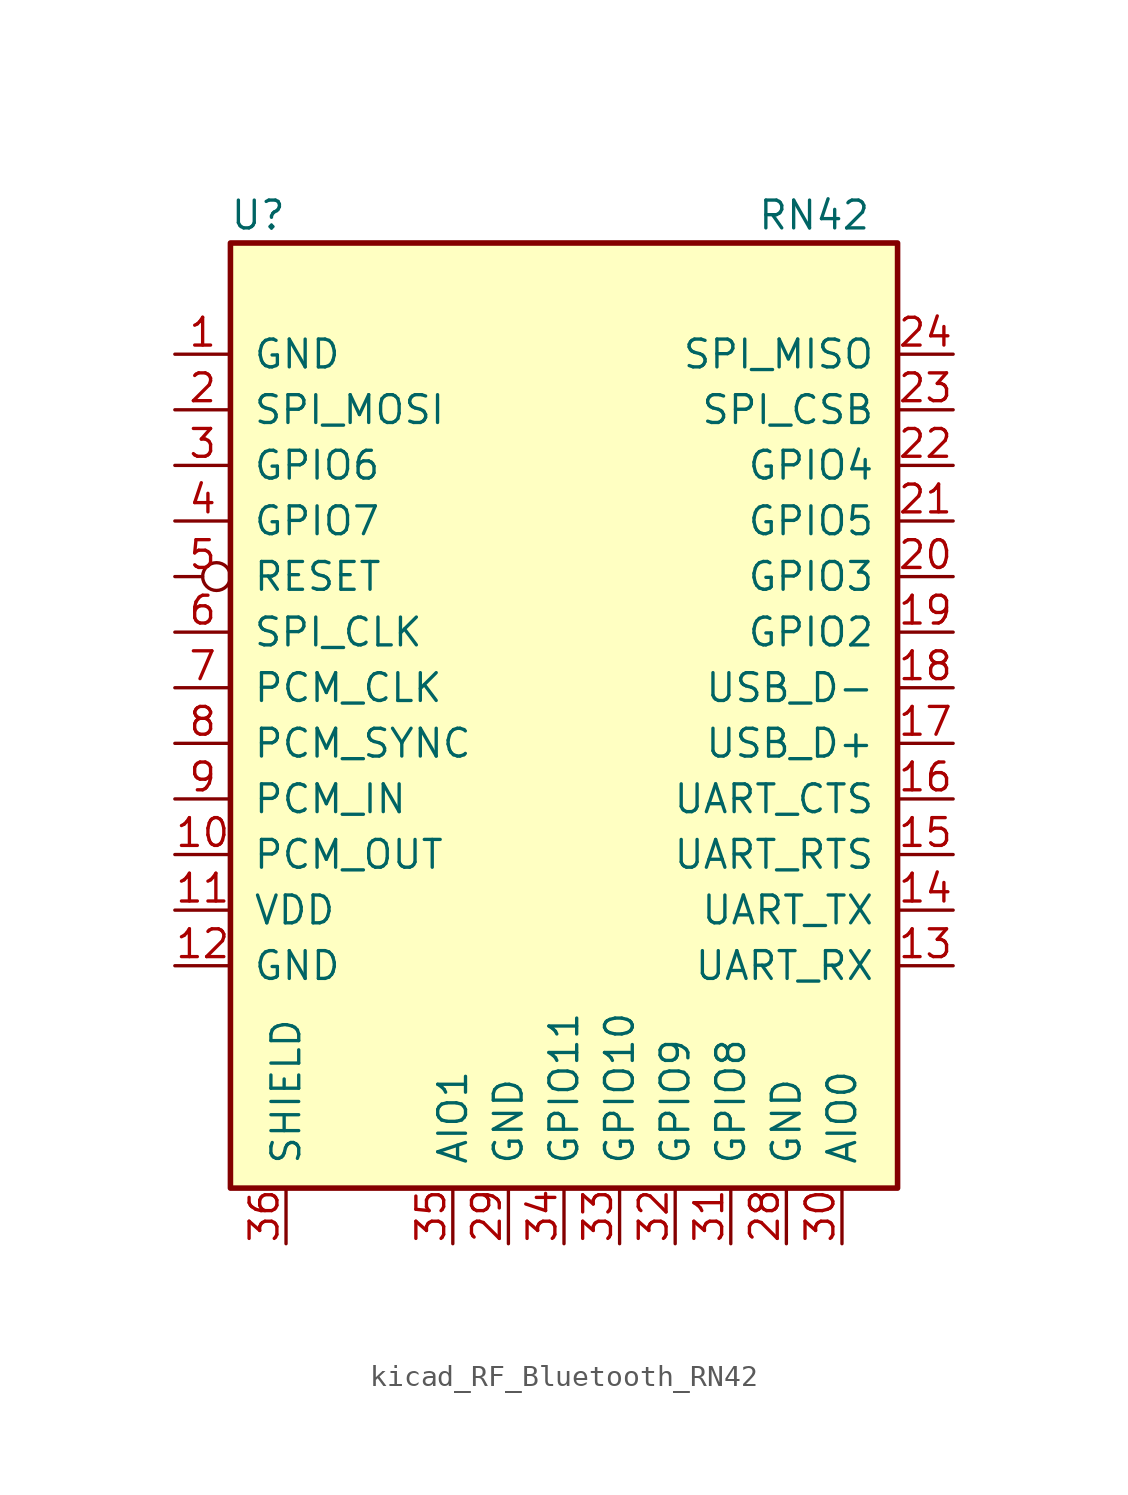
<source format=kicad_sym>
(kicad_symbol_lib
  (version 20220914)
  (generator kicad_symbol_editor)
  (symbol "kicad_RF_Bluetooth_RN42"
    (pin_names
      (offset 1.016))
    (property "Reference" "U"
      (at -13.97 24.13 0)
      (effects (font (size 1.27 1.27))))
    (property "Value" "RN42"
      (at 11.43 24.13 0)
      (effects (font (size 1.27 1.27))))
    (symbol "kicad_RF_Bluetooth_RN42_0_1"
      (rectangle (start -15.24 22.86) (end 15.24 -20.32) (stroke (width 0.254) (type default)) (fill (type background))))
    (symbol "kicad_RF_Bluetooth_RN42_1_1"
      (pin power_in line (at -17.78 17.78 0) (length 2.54) (name "GND" (effects (font (size 1.27 1.27)))) (number "1" (effects (font (size 1.27 1.27)))))
      (pin output line (at -17.78 -5.08 0) (length 2.54) (name "PCM_OUT" (effects (font (size 1.27 1.27)))) (number "10" (effects (font (size 1.27 1.27)))))
      (pin power_in line (at -17.78 -7.62 0) (length 2.54) (name "VDD" (effects (font (size 1.27 1.27)))) (number "11" (effects (font (size 1.27 1.27)))))
      (pin power_in line (at -17.78 -10.16 0) (length 2.54) (name "GND" (effects (font (size 1.27 1.27)))) (number "12" (effects (font (size 1.27 1.27)))))
      (pin input line (at 17.78 -10.16 180) (length 2.54) (name "UART_RX" (effects (font (size 1.27 1.27)))) (number "13" (effects (font (size 1.27 1.27)))))
      (pin output line (at 17.78 -7.62 180) (length 2.54) (name "UART_TX" (effects (font (size 1.27 1.27)))) (number "14" (effects (font (size 1.27 1.27)))))
      (pin output line (at 17.78 -5.08 180) (length 2.54) (name "UART_RTS" (effects (font (size 1.27 1.27)))) (number "15" (effects (font (size 1.27 1.27)))))
      (pin input line (at 17.78 -2.54 180) (length 2.54) (name "UART_CTS" (effects (font (size 1.27 1.27)))) (number "16" (effects (font (size 1.27 1.27)))))
      (pin bidirectional line (at 17.78 0 180) (length 2.54) (name "USB_D+" (effects (font (size 1.27 1.27)))) (number "17" (effects (font (size 1.27 1.27)))))
      (pin bidirectional line (at 17.78 2.54 180) (length 2.54) (name "USB_D-" (effects (font (size 1.27 1.27)))) (number "18" (effects (font (size 1.27 1.27)))))
      (pin bidirectional line (at 17.78 5.08 180) (length 2.54) (name "GPIO2" (effects (font (size 1.27 1.27)))) (number "19" (effects (font (size 1.27 1.27)))))
      (pin input line (at -17.78 15.24 0) (length 2.54) (name "SPI_MOSI" (effects (font (size 1.27 1.27)))) (number "2" (effects (font (size 1.27 1.27)))))
      (pin input line (at 17.78 7.62 180) (length 2.54) (name "GPIO3" (effects (font (size 1.27 1.27)))) (number "20" (effects (font (size 1.27 1.27)))))
      (pin bidirectional line (at 17.78 10.16 180) (length 2.54) (name "GPIO5" (effects (font (size 1.27 1.27)))) (number "21" (effects (font (size 1.27 1.27)))))
      (pin bidirectional line (at 17.78 12.7 180) (length 2.54) (name "GPIO4" (effects (font (size 1.27 1.27)))) (number "22" (effects (font (size 1.27 1.27)))))
      (pin input line (at 17.78 15.24 180) (length 2.54) (name "SPI_CSB" (effects (font (size 1.27 1.27)))) (number "23" (effects (font (size 1.27 1.27)))))
      (pin output line (at 17.78 17.78 180) (length 2.54) (name "SPI_MISO" (effects (font (size 1.27 1.27)))) (number "24" (effects (font (size 1.27 1.27)))))
      (pin power_in line (at 10.16 -22.86 90) (length 2.54) (name "GND" (effects (font (size 1.27 1.27)))) (number "28" (effects (font (size 1.27 1.27)))))
      (pin power_in line (at -2.54 -22.86 90) (length 2.54) (name "GND" (effects (font (size 1.27 1.27)))) (number "29" (effects (font (size 1.27 1.27)))))
      (pin input line (at -17.78 12.7 0) (length 2.54) (name "GPIO6" (effects (font (size 1.27 1.27)))) (number "3" (effects (font (size 1.27 1.27)))))
      (pin input line (at 12.7 -22.86 90) (length 2.54) (name "AIO0" (effects (font (size 1.27 1.27)))) (number "30" (effects (font (size 1.27 1.27)))))
      (pin output line (at 7.62 -22.86 90) (length 2.54) (name "GPIO8" (effects (font (size 1.27 1.27)))) (number "31" (effects (font (size 1.27 1.27)))))
      (pin bidirectional line (at 5.08 -22.86 90) (length 2.54) (name "GPIO9" (effects (font (size 1.27 1.27)))) (number "32" (effects (font (size 1.27 1.27)))))
      (pin bidirectional line (at 2.54 -22.86 90) (length 2.54) (name "GPIO10" (effects (font (size 1.27 1.27)))) (number "33" (effects (font (size 1.27 1.27)))))
      (pin bidirectional line (at 0 -22.86 90) (length 2.54) (name "GPIO11" (effects (font (size 1.27 1.27)))) (number "34" (effects (font (size 1.27 1.27)))))
      (pin input line (at -5.08 -22.86 90) (length 2.54) (name "AIO1" (effects (font (size 1.27 1.27)))) (number "35" (effects (font (size 1.27 1.27)))))
      (pin input line (at -12.7 -22.86 90) (length 2.54) (name "SHIELD" (effects (font (size 1.27 1.27)))) (number "36" (effects (font (size 1.27 1.27)))))
      (pin bidirectional line (at -17.78 10.16 0) (length 2.54) (name "GPIO7" (effects (font (size 1.27 1.27)))) (number "4" (effects (font (size 1.27 1.27)))))
      (pin input inverted (at -17.78 7.62 0) (length 2.54) (name "RESET" (effects (font (size 1.27 1.27)))) (number "5" (effects (font (size 1.27 1.27)))))
      (pin input line (at -17.78 5.08 0) (length 2.54) (name "SPI_CLK" (effects (font (size 1.27 1.27)))) (number "6" (effects (font (size 1.27 1.27)))))
      (pin bidirectional line (at -17.78 2.54 0) (length 2.54) (name "PCM_CLK" (effects (font (size 1.27 1.27)))) (number "7" (effects (font (size 1.27 1.27)))))
      (pin bidirectional line (at -17.78 0 0) (length 2.54) (name "PCM_SYNC" (effects (font (size 1.27 1.27)))) (number "8" (effects (font (size 1.27 1.27)))))
      (pin input line (at -17.78 -2.54 0) (length 2.54) (name "PCM_IN" (effects (font (size 1.27 1.27)))) (number "9" (effects (font (size 1.27 1.27))))))))
</source>
